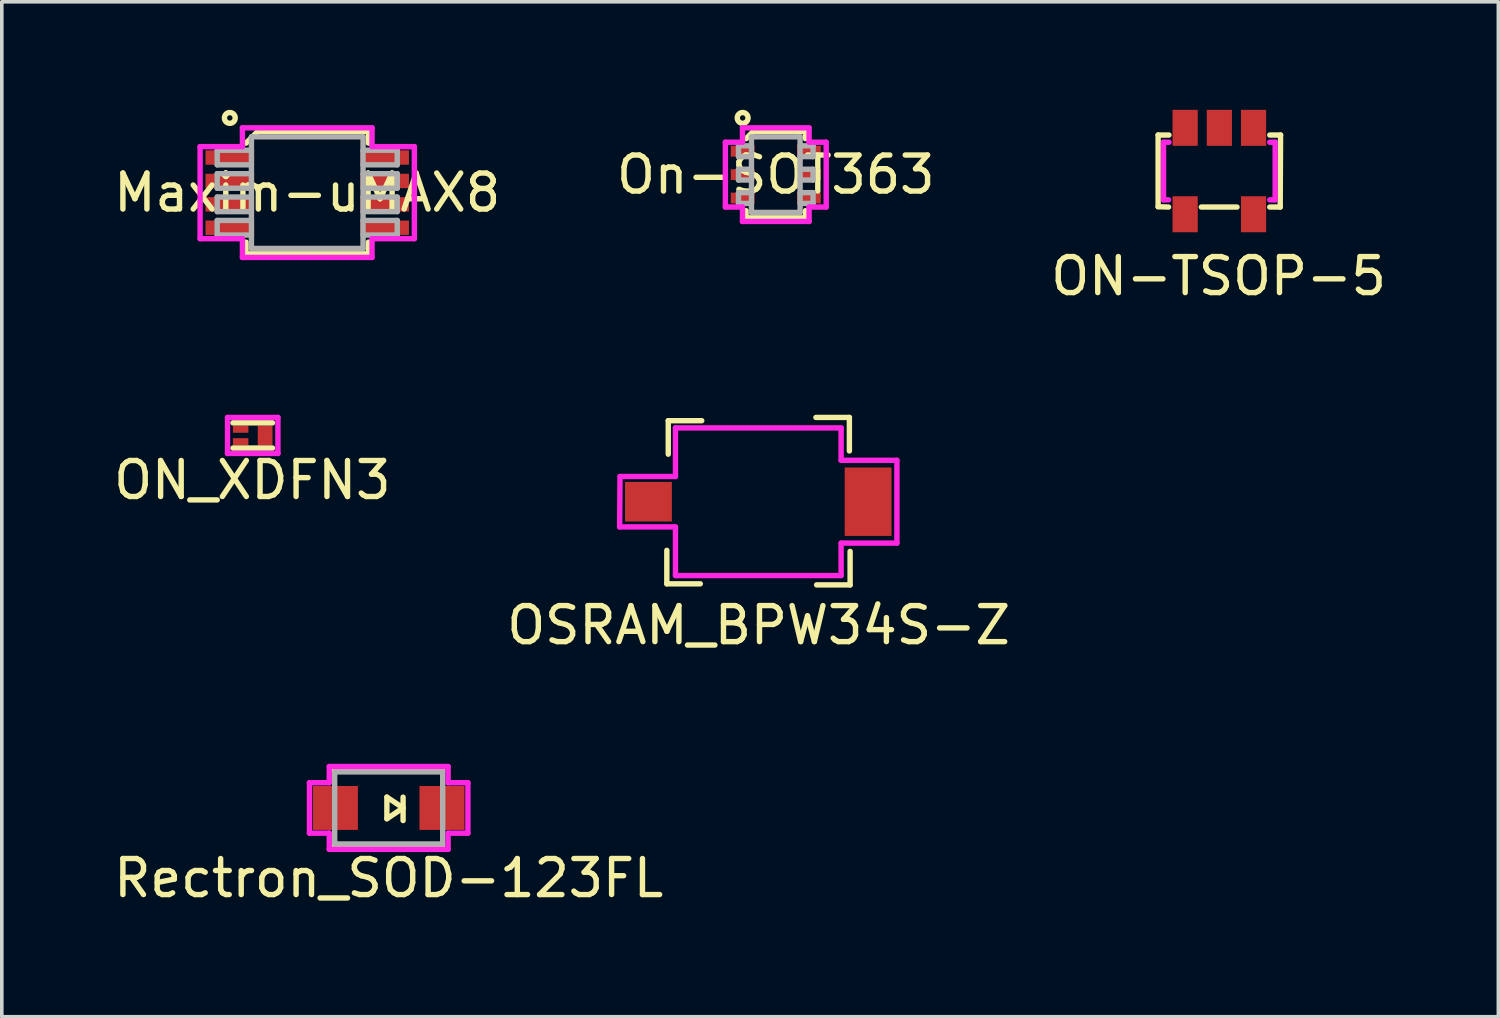
<source format=kicad_pcb>
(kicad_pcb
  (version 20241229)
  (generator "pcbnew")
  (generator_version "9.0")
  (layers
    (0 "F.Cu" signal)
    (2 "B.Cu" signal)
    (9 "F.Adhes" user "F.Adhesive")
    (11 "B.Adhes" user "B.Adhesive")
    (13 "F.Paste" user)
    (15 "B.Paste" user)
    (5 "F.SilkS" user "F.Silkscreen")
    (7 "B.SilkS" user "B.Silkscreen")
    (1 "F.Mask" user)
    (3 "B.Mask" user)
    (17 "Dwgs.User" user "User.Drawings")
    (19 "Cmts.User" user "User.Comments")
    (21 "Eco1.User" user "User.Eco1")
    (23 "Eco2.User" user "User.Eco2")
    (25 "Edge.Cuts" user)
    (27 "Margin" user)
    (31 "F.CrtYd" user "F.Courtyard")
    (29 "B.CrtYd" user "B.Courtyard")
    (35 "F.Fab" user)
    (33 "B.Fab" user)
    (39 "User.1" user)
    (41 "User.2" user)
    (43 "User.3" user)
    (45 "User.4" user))
  (footprint "ON-TSOP-5"
    (layer "F.Cu")
    (at 30.812 1.7)
    (property "Reference" "ON-TSOP-5" (at -0.02 2.92 0) (layer "F.SilkS") (effects (font (size 1 1) (thickness 0.15))))
    (attr through_hole)
    (fp_line (start -1.7 -1) (end -1.7 0.99) (stroke (width 0.15) (type solid)) (layer "F.SilkS"))
    (fp_line (start -1.7 0.99) (end -1.41 1) (stroke (width 0.15) (type solid)) (layer "F.SilkS"))
    (fp_line (start -1.4 -1) (end -1.7 -1) (stroke (width 0.15) (type solid)) (layer "F.SilkS"))
    (fp_line (start -0.5 1) (end 0.49 1) (stroke (width 0.15) (type solid)) (layer "F.SilkS"))
    (fp_line (start 1.4 1) (end 1.69 1) (stroke (width 0.15) (type solid)) (layer "F.SilkS"))
    (fp_line (start 1.69 1) (end 1.7 -1) (stroke (width 0.15) (type solid)) (layer "F.SilkS"))
    (fp_line (start 1.7 -1) (end 1.4 -1) (stroke (width 0.15) (type solid)) (layer "F.SilkS"))
    (fp_line (start -1.55 -0.8) (end -1.55 0.8) (stroke (width 0.15) (type solid)) (layer "F.CrtYd"))
    (fp_line (start -1.55 0.8) (end -1.41 0.8) (stroke (width 0.15) (type solid)) (layer "F.CrtYd"))
    (fp_line (start -1.4 -0.8) (end -1.55 -0.8) (stroke (width 0.15) (type solid)) (layer "F.CrtYd"))
    (fp_line (start 1.4 0.8) (end 1.55 0.8) (stroke (width 0.15) (type solid)) (layer "F.CrtYd"))
    (fp_line (start 1.55 -0.8) (end 1.4 -0.8) (stroke (width 0.15) (type solid)) (layer "F.CrtYd"))
    (fp_line (start 1.55 0.8) (end 1.55 -0.8) (stroke (width 0.15) (type solid)) (layer "F.CrtYd"))
    (pad "1" smd rect (at -0.95 -1.2) (size 0.7 1) (layers "F.Cu" "F.Mask" "F.Paste"))
    (pad "2" smd rect (at 0 -1.2) (size 0.7 1) (layers "F.Cu" "F.Mask" "F.Paste"))
    (pad "3" smd rect (at 0.95 -1.2) (size 0.7 1) (layers "F.Cu" "F.Mask" "F.Paste"))
    (pad "4" smd rect (at 0.95 1.2) (size 0.7 1) (layers "F.Cu" "F.Mask" "F.Paste"))
    (pad "5" smd rect (at -0.95 1.2) (size 0.7 1) (layers "F.Cu" "F.Mask" "F.Paste")))
  (footprint "Rectron_SOD-123FL"
    (layer "F.Cu")
    (at 7.744 19.387)
    (property "Reference" "Rectron_SOD-123FL" (at 0 1.95 0) (layer "F.SilkS") (effects (font (size 1 1) (thickness 0.15))))
    (attr through_hole)
    (fp_line (start -1.6 1.05) (end 1.5 1.05) (stroke (width 0.15) (type solid)) (layer "F.SilkS"))
    (fp_line (start -1.55 -1.05) (end 1.5 -1.05) (stroke (width 0.15) (type solid)) (layer "F.SilkS"))
    (fp_line (start -0.05 -0.3) (end -0.05 0.3) (stroke (width 0.15) (type solid)) (layer "F.SilkS"))
    (fp_line (start -0.05 0.3) (end 0.4 0) (stroke (width 0.15) (type solid)) (layer "F.SilkS"))
    (fp_line (start 0.4 -0.3) (end 0.4 0.35) (stroke (width 0.15) (type solid)) (layer "F.SilkS"))
    (fp_line (start 0.4 0) (end -0.05 -0.3) (stroke (width 0.15) (type solid)) (layer "F.SilkS"))
    (fp_line (start -2.2 -0.7) (end -1.65 -0.7) (stroke (width 0.15) (type solid)) (layer "F.CrtYd"))
    (fp_line (start -2.2 0.7) (end -2.2 -0.7) (stroke (width 0.15) (type solid)) (layer "F.CrtYd"))
    (fp_line (start -1.65 -1.15) (end 1.65 -1.15) (stroke (width 0.15) (type solid)) (layer "F.CrtYd"))
    (fp_line (start -1.65 -0.7) (end -1.65 -1.15) (stroke (width 0.15) (type solid)) (layer "F.CrtYd"))
    (fp_line (start -1.65 0.7) (end -2.2 0.7) (stroke (width 0.15) (type solid)) (layer "F.CrtYd"))
    (fp_line (start -1.65 1.15) (end -1.65 0.7) (stroke (width 0.15) (type solid)) (layer "F.CrtYd"))
    (fp_line (start 1.65 -1.15) (end 1.65 -0.7) (stroke (width 0.15) (type solid)) (layer "F.CrtYd"))
    (fp_line (start 1.65 -0.7) (end 2.2 -0.7) (stroke (width 0.15) (type solid)) (layer "F.CrtYd"))
    (fp_line (start 1.65 0.7) (end 1.65 1.15) (stroke (width 0.15) (type solid)) (layer "F.CrtYd"))
    (fp_line (start 1.65 1.15) (end -1.65 1.15) (stroke (width 0.15) (type solid)) (layer "F.CrtYd"))
    (fp_line (start 2.2 -0.7) (end 2.2 0.7) (stroke (width 0.15) (type solid)) (layer "F.CrtYd"))
    (fp_line (start 2.2 0.7) (end 1.65 0.7) (stroke (width 0.15) (type solid)) (layer "F.CrtYd"))
    (fp_line (start -1.5 -1) (end 1.5 -1) (stroke (width 0.15) (type solid)) (layer "F.Fab"))
    (fp_line (start -1.5 1) (end -1.5 -1) (stroke (width 0.15) (type solid)) (layer "F.Fab"))
    (fp_line (start 1.5 -1) (end 1.5 1) (stroke (width 0.15) (type solid)) (layer "F.Fab"))
    (fp_line (start 1.5 1) (end -1.5 1) (stroke (width 0.15) (type solid)) (layer "F.Fab"))
    (pad "1" smd rect (at 1.48 0) (size 1.25 1.22) (layers "F.Cu" "F.Mask" "F.Paste"))
    (pad "2" smd rect (at -1.48 0) (size 1.25 1.22) (layers "F.Cu" "F.Mask" "F.Paste")))
  (footprint "ON_XDFN3"
    (layer "F.Cu")
    (at 3.968 9.043)
    (property "Reference" "ON_XDFN3" (at -0.01 1.24 0) (layer "F.SilkS") (effects (font (size 1 1) (thickness 0.15))))
    (attr through_hole)
    (fp_line (start -0.55 -0.35) (end 0.55 -0.35) (stroke (width 0.15) (type solid)) (layer "F.SilkS"))
    (fp_line (start -0.55 0.35) (end 0.55 0.35) (stroke (width 0.15) (type solid)) (layer "F.SilkS"))
    (fp_line (start -0.7 -0.5) (end 0.7 -0.5) (stroke (width 0.15) (type solid)) (layer "F.CrtYd"))
    (fp_line (start -0.7 0.5) (end -0.7 -0.5) (stroke (width 0.15) (type solid)) (layer "F.CrtYd"))
    (fp_line (start 0.7 -0.5) (end 0.7 0.5) (stroke (width 0.15) (type solid)) (layer "F.CrtYd"))
    (fp_line (start 0.7 0.5) (end -0.7 0.5) (stroke (width 0.15) (type solid)) (layer "F.CrtYd"))
    (pad "1" smd rect (at -0.335 -0.175) (size 0.43 0.2) (layers "F.Cu" "F.Mask" "F.Paste"))
    (pad "2" smd rect (at -0.335 0.175) (size 0.43 0.2) (layers "F.Cu" "F.Mask" "F.Paste"))
    (pad "3" smd rect (at 0.345 0) (size 0.41 0.55) (layers "F.Cu" "F.Mask" "F.Paste")))
  (footprint "OSRAM_BPW34S-Z"
    (layer "F.Cu")
    (at 18.008 10.883)
    (property "Reference" "OSRAM_BPW34S-Z" (at 0.01 3.43 0) (layer "F.SilkS") (effects (font (size 1 1) (thickness 0.15))))
    (attr through_hole)
    (fp_line (start -2.54 2.28) (end -2.54 1.35) (stroke (width 0.15) (type solid)) (layer "F.SilkS"))
    (fp_line (start -2.54 2.28) (end -1.61 2.28) (stroke (width 0.15) (type solid)) (layer "F.SilkS"))
    (fp_line (start -2.5 -2.25) (end -2.5 -1.32) (stroke (width 0.15) (type solid)) (layer "F.SilkS"))
    (fp_line (start -2.5 -2.25) (end -1.57 -2.25) (stroke (width 0.15) (type solid)) (layer "F.SilkS"))
    (fp_line (start 2.53 -2.34) (end 1.6 -2.34) (stroke (width 0.15) (type solid)) (layer "F.SilkS"))
    (fp_line (start 2.53 -2.34) (end 2.53 -1.41) (stroke (width 0.15) (type solid)) (layer "F.SilkS"))
    (fp_line (start 2.55 2.31) (end 1.62 2.31) (stroke (width 0.15) (type solid)) (layer "F.SilkS"))
    (fp_line (start 2.55 2.31) (end 2.55 1.38) (stroke (width 0.15) (type solid)) (layer "F.SilkS"))
    (fp_line (start -3.85 0.7) (end -2.3 0.7) (stroke (width 0.15) (type solid)) (layer "F.CrtYd"))
    (fp_line (start -3.84 -0.7) (end -3.85 0.7) (stroke (width 0.15) (type solid)) (layer "F.CrtYd"))
    (fp_line (start -2.3 -2.05) (end 2.3 -2.05) (stroke (width 0.15) (type solid)) (layer "F.CrtYd"))
    (fp_line (start -2.3 -0.7) (end -3.84 -0.7) (stroke (width 0.15) (type solid)) (layer "F.CrtYd"))
    (fp_line (start -2.3 -0.7) (end -2.3 -2.05) (stroke (width 0.15) (type solid)) (layer "F.CrtYd"))
    (fp_line (start -2.3 2.05) (end -2.3 0.7) (stroke (width 0.15) (type solid)) (layer "F.CrtYd"))
    (fp_line (start 2.3 -2.05) (end 2.3 -1.15) (stroke (width 0.15) (type solid)) (layer "F.CrtYd"))
    (fp_line (start 2.3 -1.15) (end 3.85 -1.15) (stroke (width 0.15) (type solid)) (layer "F.CrtYd"))
    (fp_line (start 2.3 1.15) (end 2.3 2.05) (stroke (width 0.15) (type solid)) (layer "F.CrtYd"))
    (fp_line (start 2.3 2.05) (end -2.3 2.05) (stroke (width 0.15) (type solid)) (layer "F.CrtYd"))
    (fp_line (start 3.85 -1.15) (end 3.85 1.15) (stroke (width 0.15) (type solid)) (layer "F.CrtYd"))
    (fp_line (start 3.85 1.15) (end 2.3 1.15) (stroke (width 0.15) (type solid)) (layer "F.CrtYd"))
    (pad "1" smd rect (at 3.05 0) (size 1.3 1.9) (layers "F.Cu" "F.Mask" "F.Paste"))
    (pad "2" smd rect (at -3.05 0) (size 1.3 1.1) (layers "F.Cu" "F.Mask" "F.Paste")))
  (footprint "On-SOT363"
    (layer "F.Cu")
    (at 18.494 1.8)
    (property "Reference" "On-SOT363" (at 0 0 0) (layer "F.SilkS") (effects (font (size 1 1) (thickness 0.15))))
    (attr through_hole)
    (fp_line (start -0.825 -1) (end -0.625 -1.2) (stroke (width 0.15) (type solid)) (layer "F.SilkS"))
    (fp_line (start -0.825 1.2) (end -0.825 1) (stroke (width 0.15) (type solid)) (layer "F.SilkS"))
    (fp_line (start -0.625 -1.2) (end 0.825 -1.2) (stroke (width 0.15) (type solid)) (layer "F.SilkS"))
    (fp_line (start 0.825 -1.2) (end 0.825 -1) (stroke (width 0.15) (type solid)) (layer "F.SilkS"))
    (fp_line (start 0.825 1) (end 0.825 1.2) (stroke (width 0.15) (type solid)) (layer "F.SilkS"))
    (fp_line (start 0.825 1.2) (end -0.825 1.2) (stroke (width 0.15) (type solid)) (layer "F.SilkS"))
    (fp_circle (center -0.92 -1.575) (end -0.92 -1.425) (stroke (width 0.15) (type solid)) (fill no) (layer "F.SilkS"))
    (fp_line (start -1.4 -0.9) (end -0.925 -0.9) (stroke (width 0.15) (type solid)) (layer "F.CrtYd"))
    (fp_line (start -1.4 0.9) (end -1.4 -0.9) (stroke (width 0.15) (type solid)) (layer "F.CrtYd"))
    (fp_line (start -0.925 -1.3) (end 0.925 -1.3) (stroke (width 0.15) (type solid)) (layer "F.CrtYd"))
    (fp_line (start -0.925 -0.9) (end -0.925 -1.3) (stroke (width 0.15) (type solid)) (layer "F.CrtYd"))
    (fp_line (start -0.925 0.9) (end -1.4 0.9) (stroke (width 0.15) (type solid)) (layer "F.CrtYd"))
    (fp_line (start -0.925 1.3) (end -0.925 0.9) (stroke (width 0.15) (type solid)) (layer "F.CrtYd"))
    (fp_line (start 0.925 -1.3) (end 0.925 -0.9) (stroke (width 0.15) (type solid)) (layer "F.CrtYd"))
    (fp_line (start 0.925 -0.9) (end 1.4 -0.9) (stroke (width 0.15) (type solid)) (layer "F.CrtYd"))
    (fp_line (start 0.925 0.9) (end 0.925 1.3) (stroke (width 0.15) (type solid)) (layer "F.CrtYd"))
    (fp_line (start 0.925 1.3) (end -0.925 1.3) (stroke (width 0.15) (type solid)) (layer "F.CrtYd"))
    (fp_line (start 1.4 -0.9) (end 1.4 0.9) (stroke (width 0.15) (type solid)) (layer "F.CrtYd"))
    (fp_line (start 1.4 0.9) (end 0.925 0.9) (stroke (width 0.15) (type solid)) (layer "F.CrtYd"))
    (fp_line (start -1.035 -0.8) (end -1.035 -0.5) (stroke (width 0.15) (type solid)) (layer "F.Fab"))
    (fp_line (start -1.035 -0.5) (end -0.675 -0.5) (stroke (width 0.15) (type solid)) (layer "F.Fab"))
    (fp_line (start -1.035 -0.15) (end -1.035 0.15) (stroke (width 0.15) (type solid)) (layer "F.Fab"))
    (fp_line (start -1.035 0.15) (end -0.675 0.15) (stroke (width 0.15) (type solid)) (layer "F.Fab"))
    (fp_line (start -1.035 0.5) (end -1.035 0.8) (stroke (width 0.15) (type solid)) (layer "F.Fab"))
    (fp_line (start -1.035 0.8) (end -0.675 0.8) (stroke (width 0.15) (type solid)) (layer "F.Fab"))
    (fp_line (start -0.675 -1.05) (end 0.675 -1.05) (stroke (width 0.15) (type solid)) (layer "F.Fab"))
    (fp_line (start -0.675 -0.8) (end -1.035 -0.8) (stroke (width 0.15) (type solid)) (layer "F.Fab"))
    (fp_line (start -0.675 -0.15) (end -1.035 -0.15) (stroke (width 0.15) (type solid)) (layer "F.Fab"))
    (fp_line (start -0.675 0.5) (end -1.035 0.5) (stroke (width 0.15) (type solid)) (layer "F.Fab"))
    (fp_line (start -0.675 1.05) (end -0.675 -1.05) (stroke (width 0.15) (type solid)) (layer "F.Fab"))
    (fp_line (start 0.675 -1.05) (end 0.675 1.05) (stroke (width 0.15) (type solid)) (layer "F.Fab"))
    (fp_line (start 0.675 -0.5) (end 1.035 -0.5) (stroke (width 0.15) (type solid)) (layer "F.Fab"))
    (fp_line (start 0.675 0.15) (end 1.035 0.15) (stroke (width 0.15) (type solid)) (layer "F.Fab"))
    (fp_line (start 0.675 0.8) (end 1.035 0.8) (stroke (width 0.15) (type solid)) (layer "F.Fab"))
    (fp_line (start 0.675 1.05) (end -0.675 1.05) (stroke (width 0.15) (type solid)) (layer "F.Fab"))
    (fp_line (start 1.035 -0.8) (end 0.675 -0.8) (stroke (width 0.15) (type solid)) (layer "F.Fab"))
    (fp_line (start 1.035 -0.5) (end 1.035 -0.8) (stroke (width 0.15) (type solid)) (layer "F.Fab"))
    (fp_line (start 1.035 -0.15) (end 0.675 -0.15) (stroke (width 0.15) (type solid)) (layer "F.Fab"))
    (fp_line (start 1.035 0.15) (end 1.035 -0.15) (stroke (width 0.15) (type solid)) (layer "F.Fab"))
    (fp_line (start 1.035 0.5) (end 0.675 0.5) (stroke (width 0.15) (type solid)) (layer "F.Fab"))
    (fp_line (start 1.035 0.8) (end 1.035 0.5) (stroke (width 0.15) (type solid)) (layer "F.Fab"))
    (pad "1" smd rect (at -0.92 -0.65) (size 0.66 0.3) (layers "F.Cu" "F.Mask" "F.Paste"))
    (pad "2" smd rect (at -0.92 0) (size 0.66 0.3) (layers "F.Cu" "F.Mask" "F.Paste"))
    (pad "3" smd rect (at -0.92 0.65) (size 0.66 0.3) (layers "F.Cu" "F.Mask" "F.Paste"))
    (pad "4" smd rect (at 0.92 0.65) (size 0.66 0.3) (layers "F.Cu" "F.Mask" "F.Paste"))
    (pad "5" smd rect (at 0.92 0) (size 0.66 0.3) (layers "F.Cu" "F.Mask" "F.Paste"))
    (pad "6" smd rect (at 0.92 -0.65) (size 0.66 0.3) (layers "F.Cu" "F.Mask" "F.Paste")))
  (footprint "Maxim-uMAX8"
    (layer "F.Cu")
    (at 5.482 2.3)
    (property "Reference" "Maxim-uMAX8" (at 0 0 0) (layer "F.SilkS") (effects (font (size 1 1) (thickness 0.15))))
    (attr through_hole)
    (fp_line (start -1.7 -1.375) (end -1.375 -1.7) (stroke (width 0.15) (type solid)) (layer "F.SilkS"))
    (fp_line (start -1.7 1.7) (end -1.7 1.375) (stroke (width 0.15) (type solid)) (layer "F.SilkS"))
    (fp_line (start -1.375 -1.7) (end 1.7 -1.7) (stroke (width 0.15) (type solid)) (layer "F.SilkS"))
    (fp_line (start 1.7 -1.7) (end 1.7 -1.375) (stroke (width 0.15) (type solid)) (layer "F.SilkS"))
    (fp_line (start 1.7 1.375) (end 1.7 1.7) (stroke (width 0.15) (type solid)) (layer "F.SilkS"))
    (fp_line (start 1.7 1.7) (end -1.7 1.7) (stroke (width 0.15) (type solid)) (layer "F.SilkS"))
    (fp_circle (center -2.15 -2.075) (end -2.15 -1.925) (stroke (width 0.15) (type solid)) (fill no) (layer "F.SilkS"))
    (fp_line (start -2.975 -1.278) (end -1.8 -1.278) (stroke (width 0.15) (type solid)) (layer "F.CrtYd"))
    (fp_line (start -2.975 1.278) (end -2.975 -1.278) (stroke (width 0.15) (type solid)) (layer "F.CrtYd"))
    (fp_line (start -1.8 -1.8) (end 1.8 -1.8) (stroke (width 0.15) (type solid)) (layer "F.CrtYd"))
    (fp_line (start -1.8 -1.278) (end -1.8 -1.8) (stroke (width 0.15) (type solid)) (layer "F.CrtYd"))
    (fp_line (start -1.8 1.278) (end -2.975 1.278) (stroke (width 0.15) (type solid)) (layer "F.CrtYd"))
    (fp_line (start -1.8 1.8) (end -1.8 1.278) (stroke (width 0.15) (type solid)) (layer "F.CrtYd"))
    (fp_line (start 1.8 -1.8) (end 1.8 -1.278) (stroke (width 0.15) (type solid)) (layer "F.CrtYd"))
    (fp_line (start 1.8 -1.278) (end 2.975 -1.278) (stroke (width 0.15) (type solid)) (layer "F.CrtYd"))
    (fp_line (start 1.8 1.278) (end 1.8 1.8) (stroke (width 0.15) (type solid)) (layer "F.CrtYd"))
    (fp_line (start 1.8 1.8) (end -1.8 1.8) (stroke (width 0.15) (type solid)) (layer "F.CrtYd"))
    (fp_line (start 2.975 -1.278) (end 2.975 1.278) (stroke (width 0.15) (type solid)) (layer "F.CrtYd"))
    (fp_line (start 2.975 1.278) (end 1.8 1.278) (stroke (width 0.15) (type solid)) (layer "F.CrtYd"))
    (fp_line (start -2.5 -1.177) (end -2.5 -0.772) (stroke (width 0.15) (type solid)) (layer "F.Fab"))
    (fp_line (start -2.5 -0.772) (end -1.55 -0.772) (stroke (width 0.15) (type solid)) (layer "F.Fab"))
    (fp_line (start -2.5 -0.527) (end -2.5 -0.122) (stroke (width 0.15) (type solid)) (layer "F.Fab"))
    (fp_line (start -2.5 -0.122) (end -1.55 -0.122) (stroke (width 0.15) (type solid)) (layer "F.Fab"))
    (fp_line (start -2.5 0.122) (end -2.5 0.527) (stroke (width 0.15) (type solid)) (layer "F.Fab"))
    (fp_line (start -2.5 0.527) (end -1.55 0.527) (stroke (width 0.15) (type solid)) (layer "F.Fab"))
    (fp_line (start -2.5 0.772) (end -2.5 1.177) (stroke (width 0.15) (type solid)) (layer "F.Fab"))
    (fp_line (start -2.5 1.177) (end -1.55 1.177) (stroke (width 0.15) (type solid)) (layer "F.Fab"))
    (fp_line (start -1.55 -1.55) (end 1.55 -1.55) (stroke (width 0.15) (type solid)) (layer "F.Fab"))
    (fp_line (start -1.55 -1.177) (end -2.5 -1.177) (stroke (width 0.15) (type solid)) (layer "F.Fab"))
    (fp_line (start -1.55 -0.527) (end -2.5 -0.527) (stroke (width 0.15) (type solid)) (layer "F.Fab"))
    (fp_line (start -1.55 0.122) (end -2.5 0.122) (stroke (width 0.15) (type solid)) (layer "F.Fab"))
    (fp_line (start -1.55 0.772) (end -2.5 0.772) (stroke (width 0.15) (type solid)) (layer "F.Fab"))
    (fp_line (start -1.55 1.55) (end -1.55 -1.55) (stroke (width 0.15) (type solid)) (layer "F.Fab"))
    (fp_line (start 1.55 -1.55) (end 1.55 1.55) (stroke (width 0.15) (type solid)) (layer "F.Fab"))
    (fp_line (start 1.55 -0.772) (end 2.5 -0.772) (stroke (width 0.15) (type solid)) (layer "F.Fab"))
    (fp_line (start 1.55 -0.122) (end 2.5 -0.122) (stroke (width 0.15) (type solid)) (layer "F.Fab"))
    (fp_line (start 1.55 0.527) (end 2.5 0.527) (stroke (width 0.15) (type solid)) (layer "F.Fab"))
    (fp_line (start 1.55 1.177) (end 2.5 1.177) (stroke (width 0.15) (type solid)) (layer "F.Fab"))
    (fp_line (start 1.55 1.55) (end -1.55 1.55) (stroke (width 0.15) (type solid)) (layer "F.Fab"))
    (fp_line (start 2.5 -1.177) (end 1.55 -1.177) (stroke (width 0.15) (type solid)) (layer "F.Fab"))
    (fp_line (start 2.5 -0.772) (end 2.5 -1.177) (stroke (width 0.15) (type solid)) (layer "F.Fab"))
    (fp_line (start 2.5 -0.527) (end 1.55 -0.527) (stroke (width 0.15) (type solid)) (layer "F.Fab"))
    (fp_line (start 2.5 -0.122) (end 2.5 -0.527) (stroke (width 0.15) (type solid)) (layer "F.Fab"))
    (fp_line (start 2.5 0.122) (end 1.55 0.122) (stroke (width 0.15) (type solid)) (layer "F.Fab"))
    (fp_line (start 2.5 0.527) (end 2.5 0.122) (stroke (width 0.15) (type solid)) (layer "F.Fab"))
    (fp_line (start 2.5 0.772) (end 1.55 0.772) (stroke (width 0.15) (type solid)) (layer "F.Fab"))
    (fp_line (start 2.5 1.177) (end 2.5 0.772) (stroke (width 0.15) (type solid)) (layer "F.Fab"))
    (pad "1" smd rect (at -2.15 -0.975) (size 1.35 0.4) (layers "F.Cu" "F.Mask" "F.Paste"))
    (pad "2" smd rect (at -2.15 -0.325) (size 1.35 0.4) (layers "F.Cu" "F.Mask" "F.Paste"))
    (pad "3" smd rect (at -2.15 0.325) (size 1.35 0.4) (layers "F.Cu" "F.Mask" "F.Paste"))
    (pad "4" smd rect (at -2.15 0.975) (size 1.35 0.4) (layers "F.Cu" "F.Mask" "F.Paste"))
    (pad "5" smd rect (at 2.15 0.975) (size 1.35 0.4) (layers "F.Cu" "F.Mask" "F.Paste"))
    (pad "6" smd rect (at 2.15 0.325) (size 1.35 0.4) (layers "F.Cu" "F.Mask" "F.Paste"))
    (pad "7" smd rect (at 2.15 -0.325) (size 1.35 0.4) (layers "F.Cu" "F.Mask" "F.Paste"))
    (pad "8" smd rect (at 2.15 -0.975) (size 1.35 0.4) (layers "F.Cu" "F.Mask" "F.Paste")))
  (gr_rect
    (start -3 -3)
    (end 38.56 25.185)
    (stroke (width 0.1) (type default))
    (fill no)
    (layer "Edge.Cuts")))
</source>
